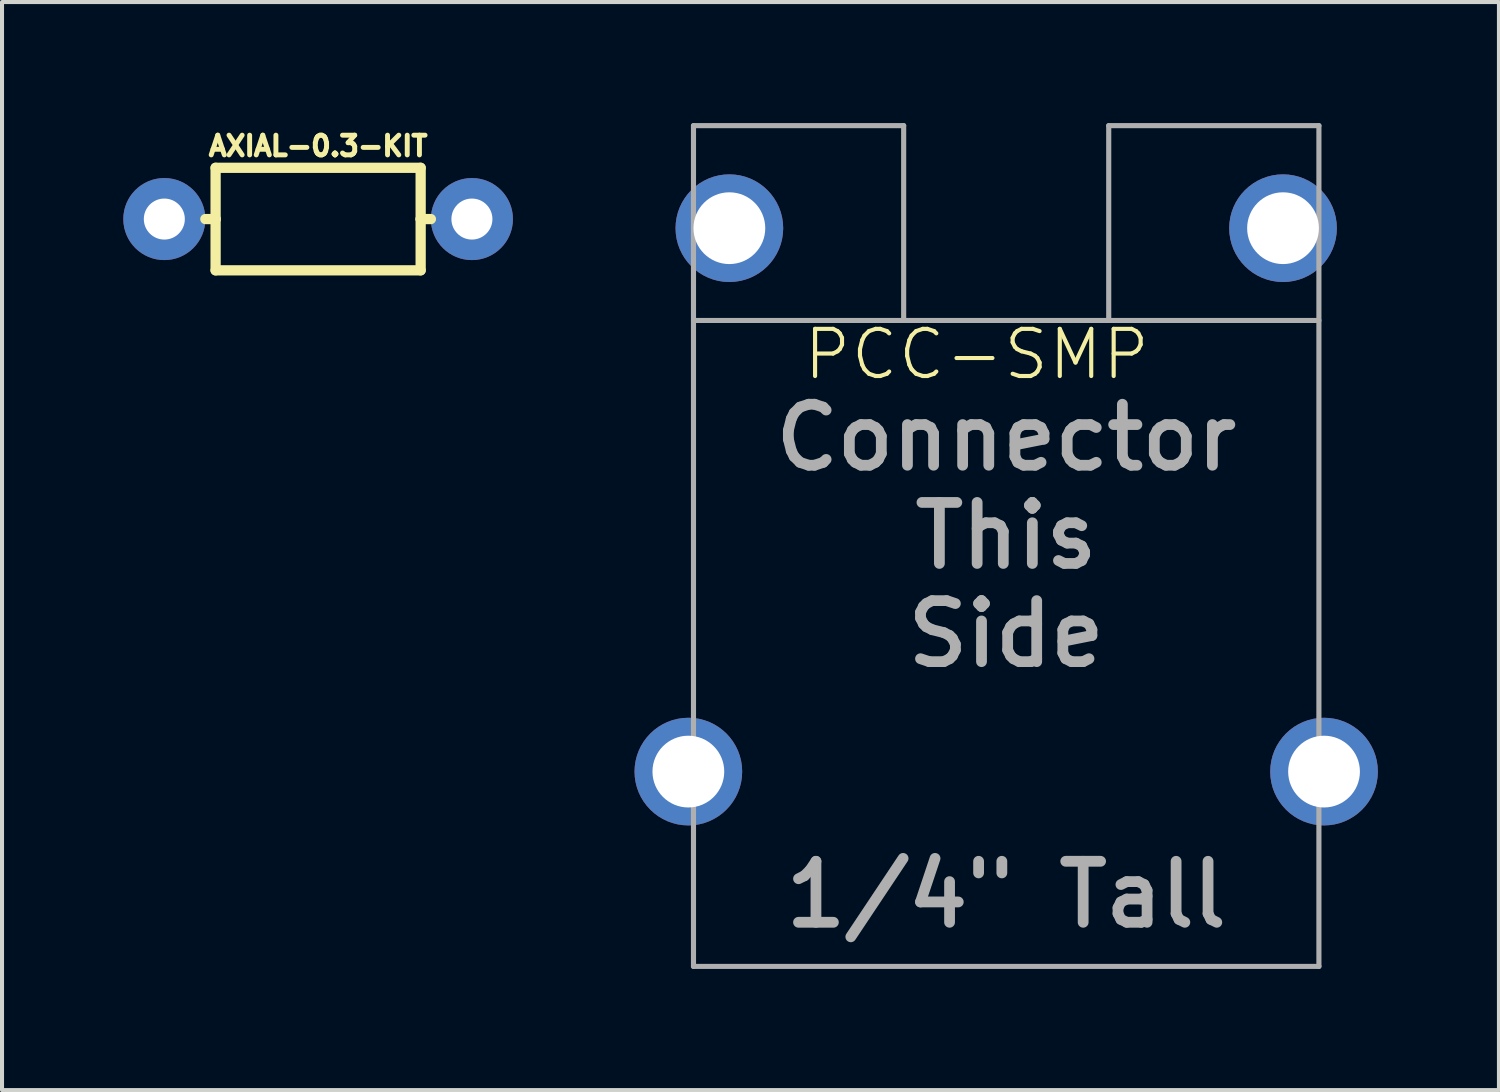
<source format=kicad_pcb>
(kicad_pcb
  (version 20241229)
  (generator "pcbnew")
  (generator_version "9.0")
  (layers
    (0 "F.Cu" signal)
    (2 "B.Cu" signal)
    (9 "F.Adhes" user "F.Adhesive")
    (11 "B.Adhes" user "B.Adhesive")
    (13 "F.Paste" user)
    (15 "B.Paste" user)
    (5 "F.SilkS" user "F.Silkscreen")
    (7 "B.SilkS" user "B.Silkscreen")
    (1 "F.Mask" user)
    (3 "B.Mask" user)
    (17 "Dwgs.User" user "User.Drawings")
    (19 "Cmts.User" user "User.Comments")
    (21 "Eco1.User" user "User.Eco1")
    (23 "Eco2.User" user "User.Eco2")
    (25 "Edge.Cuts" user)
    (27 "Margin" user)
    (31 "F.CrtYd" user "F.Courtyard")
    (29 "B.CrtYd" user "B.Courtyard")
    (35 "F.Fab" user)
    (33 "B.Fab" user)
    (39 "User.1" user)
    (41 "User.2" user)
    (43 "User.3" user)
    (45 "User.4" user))
  (footprint "PCC-SMP"
    (layer "F.Cu")
    (at 21.877 2.603)
    (property "Reference" "PCC-SMP" (at -5.08 3.81 0) (layer "F.SilkS") (effects (font (size 1.168 1.168) (thickness 0.102)) (justify left bottom)))
    (fp_line (start -7.747 -2.54) (end -7.747 18.288) (stroke (width 0.127) (type solid)) (layer "F.Fab"))
    (fp_line (start -7.747 -2.54) (end -2.54 -2.54) (stroke (width 0.127) (type solid)) (layer "F.Fab"))
    (fp_line (start -7.747 2.286) (end -2.54 2.286) (stroke (width 0.127) (type solid)) (layer "F.Fab"))
    (fp_line (start -7.747 18.288) (end 7.747 18.288) (stroke (width 0.127) (type solid)) (layer "F.Fab"))
    (fp_line (start -2.54 -2.54) (end -2.54 2.286) (stroke (width 0.127) (type solid)) (layer "F.Fab"))
    (fp_line (start -2.54 2.286) (end 2.54 2.286) (stroke (width 0.127) (type solid)) (layer "F.Fab"))
    (fp_line (start 2.54 -2.54) (end 2.54 2.286) (stroke (width 0.127) (type solid)) (layer "F.Fab"))
    (fp_line (start 2.54 -2.54) (end 7.747 -2.54) (stroke (width 0.127) (type solid)) (layer "F.Fab"))
    (fp_line (start 2.54 2.286) (end 7.747 2.286) (stroke (width 0.127) (type solid)) (layer "F.Fab"))
    (fp_line (start 7.747 -2.54) (end 7.747 18.288) (stroke (width 0.127) (type solid)) (layer "F.Fab"))
    (fp_text user "1/4\" Tall" (at 0 16.51 0) (layer "F.Fab") (effects (font (size 1.511 1.511) (thickness 0.267))))
    (fp_text user "Connector\nThis\nSide" (at 0 7.62 0) (layer "F.Fab") (effects (font (size 1.511 1.511) (thickness 0.267))))
    (pad "+" thru_hole circle (at 6.858 0) (size 2.667 2.667) (drill 1.778) (layers "*.Cu" "*.Mask"))
    (pad "-" thru_hole circle (at -6.858 0) (size 2.667 2.667) (drill 1.778) (layers "*.Cu" "*.Mask"))
    (pad "CLIP1" thru_hole circle (at -7.874 13.462) (size 2.667 2.667) (drill 1.778) (layers "*.Cu" "*.Mask"))
    (pad "CLIP2" thru_hole circle (at 7.874 13.462) (size 2.667 2.667) (drill 1.778) (layers "*.Cu" "*.Mask")))
  (footprint "AXIAL-0.3-KIT"
    (layer "F.Cu")
    (at 4.831 2.377)
    (property "Reference" "AXIAL-0.3-KIT" (at 0 -1.524 0) (layer "F.SilkS") (effects (font (size 0.488 0.488) (thickness 0.122)) (justify bottom)))
    (fp_poly (pts (xy -3.651 -0.483) (xy -3.509 -0.408) (xy -3.393 -0.289) (xy -3.303 0.006) (xy -3.33 0.166) (xy -3.402 0.305) (xy -3.514 0.415) (xy -3.655 0.486) (xy -3.75 0.5) (xy -3.751 0.516) (xy -3.963 0.488) (xy -4.104 0.42) (xy -4.22 0.309) (xy -4.319 0.027) (xy -4.297 -0.139) (xy -4.227 -0.286) (xy -4.111 -0.408) (xy -3.815 -0.512)) (stroke (width 0) (type default)) (fill yes) (layer "F.Mask"))
    (fp_poly (pts (xy 3.977 -0.491) (xy 4.119 -0.416) (xy 4.234 -0.296) (xy 4.325 -0.002) (xy 4.298 0.158) (xy 4.225 0.298) (xy 4.113 0.408) (xy 3.973 0.478) (xy 3.878 0.492) (xy 3.876 0.509) (xy 3.664 0.48) (xy 3.524 0.413) (xy 3.407 0.301) (xy 3.308 0.019) (xy 3.33 -0.147) (xy 3.401 -0.294) (xy 3.516 -0.416) (xy 3.796 -0.514) (xy 3.818 -0.455) (xy 3.829 -0.517)) (stroke (width 0) (type default)) (fill yes) (layer "F.Mask"))
    (fp_poly (pts (xy 4.019 -1.001) (xy 4.211 -0.94) (xy 4.387 -0.842) (xy 4.541 -0.712) (xy 4.666 -0.555) (xy 4.759 -0.376) (xy 4.815 -0.182) (xy 4.826 -0.043) (xy 4.838 -0.042) (xy 4.831 0.019) (xy 4.836 0.078) (xy 4.825 0.079) (xy 4.81 0.214) (xy 4.751 0.401) (xy 4.657 0.573) (xy 4.531 0.723) (xy 4.377 0.846) (xy 4.203 0.937) (xy 4.015 0.992) (xy 3.881 1.003) (xy 3.881 1.014) (xy 3.82 1.009) (xy 3.76 1.014) (xy 3.759 1.003) (xy 3.624 0.992) (xy 3.435 0.937) (xy 3.26 0.847) (xy 3.106 0.724) (xy 2.978 0.573) (xy 2.882 0.397) (xy 2.801 0.019) (xy 2.819 -0.185) (xy 2.875 -0.378) (xy 2.968 -0.557) (xy 3.094 -0.714) (xy 3.248 -0.844) (xy 3.427 -0.943) (xy 3.815 -1.024)) (stroke (width 0) (type default)) (fill yes) (layer "B.Mask"))
    (fp_poly (pts (xy -3.609 -0.994) (xy -3.417 -0.932) (xy -3.241 -0.835) (xy -3.087 -0.705) (xy -2.961 -0.547) (xy -2.869 -0.368) (xy -2.813 -0.174) (xy -2.801 -0.035) (xy -2.79 -0.034) (xy -2.796 0.026) (xy -2.791 0.086) (xy -2.803 0.087) (xy -2.818 0.221) (xy -2.877 0.408) (xy -2.971 0.58) (xy -3.097 0.731) (xy -3.25 0.854) (xy -3.424 0.944) (xy -3.613 0.999) (xy -3.746 1.011) (xy -3.747 1.021) (xy -3.807 1.016) (xy -3.868 1.022) (xy -3.869 1.011) (xy -4.003 1) (xy -4.193 0.945) (xy -4.368 0.854) (xy -4.522 0.731) (xy -4.649 0.58) (xy -4.746 0.405) (xy -4.814 0.084) (xy -4.831 0.083) (xy -4.809 -0.177) (xy -4.753 -0.371) (xy -4.66 -0.549) (xy -4.534 -0.707) (xy -4.38 -0.836) (xy -4.2 -0.935) (xy -3.813 -1.017)) (stroke (width 0) (type default)) (fill yes) (layer "B.Mask"))
    (fp_line (start -2.54 -1.27) (end 2.54 -1.27) (stroke (width 0.254) (type solid)) (layer "F.SilkS"))
    (fp_line (start -2.54 0) (end -2.794 0) (stroke (width 0.254) (type solid)) (layer "F.SilkS"))
    (fp_line (start -2.54 0) (end -2.54 -1.27) (stroke (width 0.254) (type solid)) (layer "F.SilkS"))
    (fp_line (start -2.54 1.27) (end -2.54 0) (stroke (width 0.254) (type solid)) (layer "F.SilkS"))
    (fp_line (start 2.54 -1.27) (end 2.54 0) (stroke (width 0.254) (type solid)) (layer "F.SilkS"))
    (fp_line (start 2.54 0) (end 2.54 1.27) (stroke (width 0.254) (type solid)) (layer "F.SilkS"))
    (fp_line (start 2.54 0) (end 2.794 0) (stroke (width 0.254) (type solid)) (layer "F.SilkS"))
    (fp_line (start 2.54 1.27) (end -2.54 1.27) (stroke (width 0.254) (type solid)) (layer "F.SilkS"))
    (pad "P$1" thru_hole circle (at -3.81 0) (size 2.032 2.032) (drill 1.016) (layers "*.Cu"))
    (pad "P$2" thru_hole circle (at 3.81 0) (size 2.032 2.032) (drill 1.016) (layers "*.Cu")))
  (gr_rect
    (start -3 -3)
    (end 34.084 23.955)
    (stroke (width 0.1) (type default))
    (fill no)
    (layer "Edge.Cuts")))
</source>
